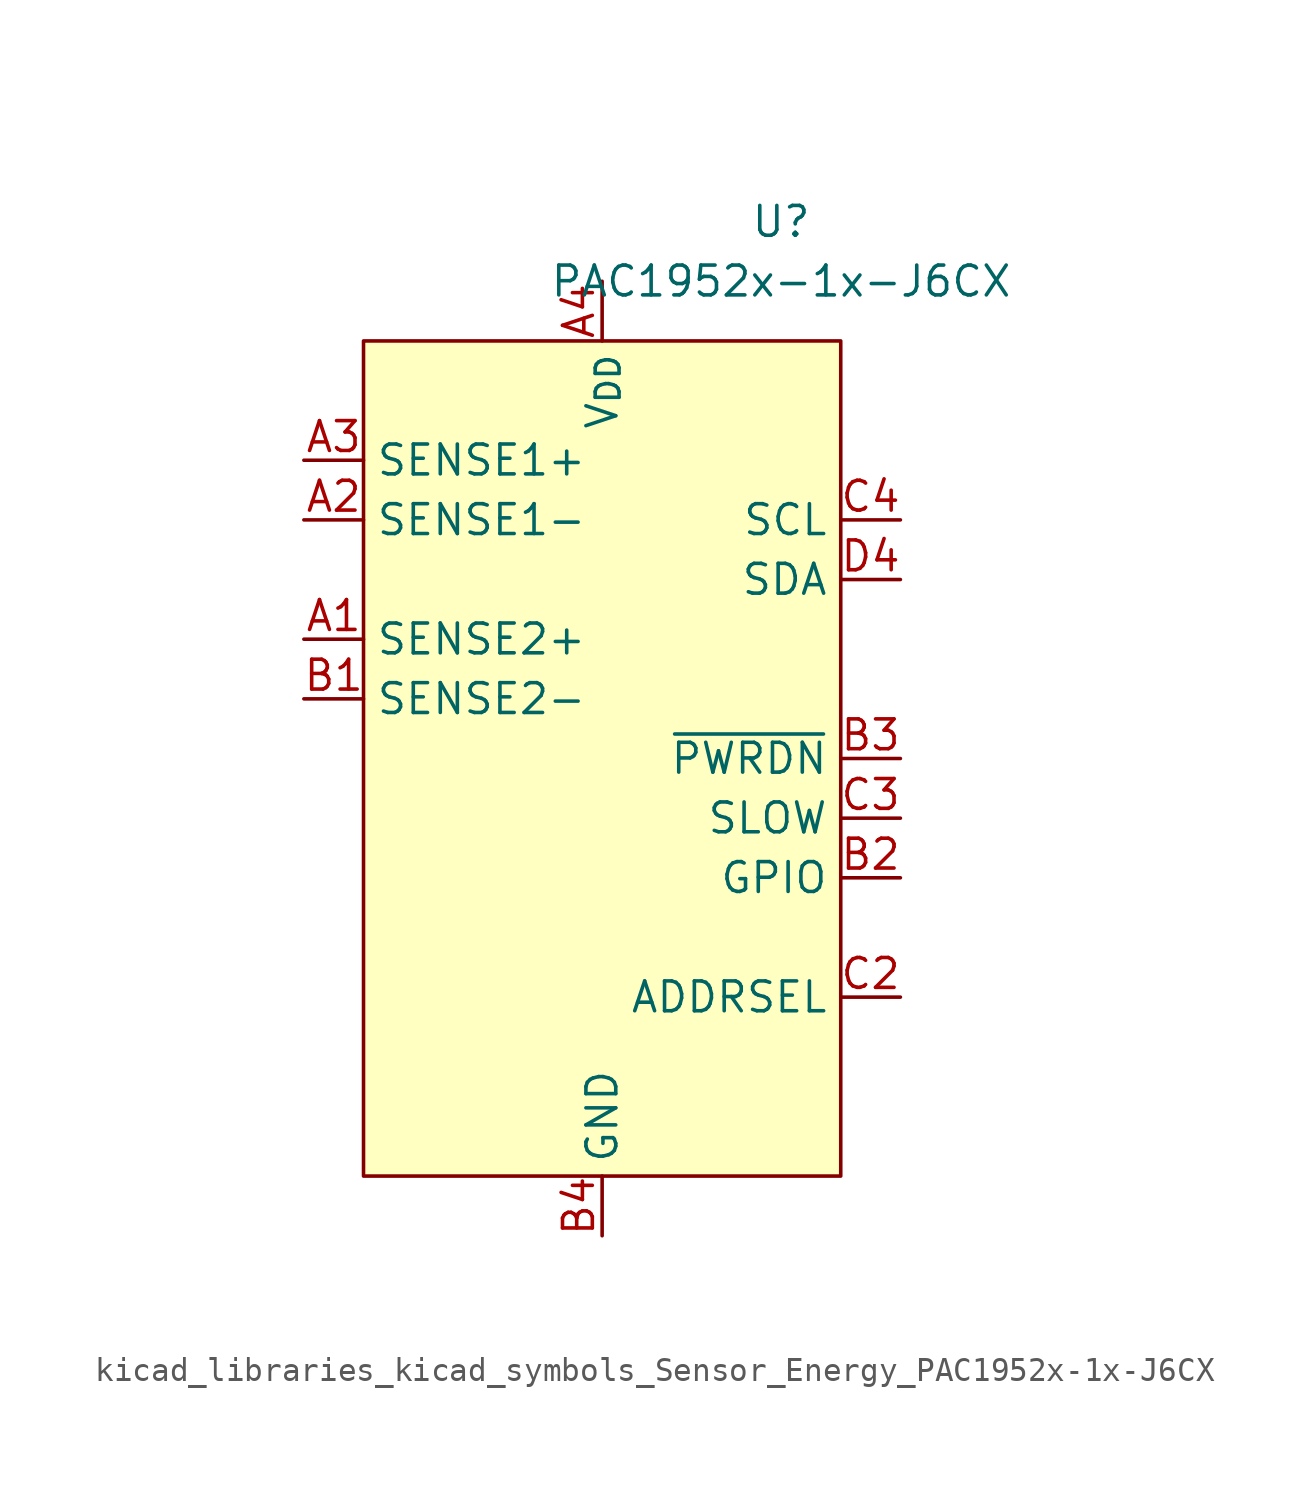
<source format=kicad_sym>
(kicad_symbol_lib
  (version 20220914)
  (generator kicad_symbol_editor)
  (symbol "kicad_libraries_kicad_symbols_Sensor_Energy_PAC1952x-1x-J6CX"
    (property "Reference" "U"
      (at 7.62 22.86 0)
      (effects (font (size 1.27 1.27))))
    (property "Value" "PAC1952x-1x-J6CX"
      (at 7.62 20.32 0)
      (effects (font (size 1.27 1.27))))
    (symbol "kicad_libraries_kicad_symbols_Sensor_Energy_PAC1952x-1x-J6CX_0_0"
      (pin input line (at -12.7 5.08 0) (length 2.54) (name "SENSE2+" (effects (font (size 1.27 1.27)))) (number "A1" (effects (font (size 1.27 1.27)))))
      (pin input line (at -12.7 10.16 0) (length 2.54) (name "SENSE1-" (effects (font (size 1.27 1.27)))) (number "A2" (effects (font (size 1.27 1.27)))))
      (pin input line (at -12.7 12.7 0) (length 2.54) (name "SENSE1+" (effects (font (size 1.27 1.27)))) (number "A3" (effects (font (size 1.27 1.27)))))
      (pin power_in line (at 0 20.32 270) (length 2.54) (name "V_{DD}" (effects (font (size 1.27 1.27)))) (number "A4" (effects (font (size 1.27 1.27)))))
      (pin input line (at -12.7 2.54 0) (length 2.54) (name "SENSE2-" (effects (font (size 1.27 1.27)))) (number "B1" (effects (font (size 1.27 1.27)))))
      (pin bidirectional line (at 12.7 -5.08 180) (length 2.54) (name "GPIO" (effects (font (size 1.27 1.27)))) (number "B2" (effects (font (size 1.27 1.27)))) (alternate "~{ALERT2}" open_collector line))
      (pin input line (at 12.7 0 180) (length 2.54) (name "~{PWRDN}" (effects (font (size 1.27 1.27)))) (number "B3" (effects (font (size 1.27 1.27)))))
      (pin power_in line (at 0 -20.32 90) (length 2.54) (name "GND" (effects (font (size 1.27 1.27)))) (number "B4" (effects (font (size 1.27 1.27)))))
      (pin passive line (at 0 -20.32 90) (length 2.54) hide (name "GND" (effects (font (size 1.27 1.27)))) (number "C1" (effects (font (size 1.27 1.27)))))
      (pin passive line (at 12.7 -10.16 180) (length 2.54) (name "ADDRSEL" (effects (font (size 1.27 1.27)))) (number "C2" (effects (font (size 1.27 1.27)))))
      (pin input line (at 12.7 -2.54 180) (length 2.54) (name "SLOW" (effects (font (size 1.27 1.27)))) (number "C3" (effects (font (size 1.27 1.27)))) (alternate "GPIO" bidirectional line) (alternate "~{ALERT1}" open_collector line))
      (pin input line (at 12.7 10.16 180) (length 2.54) (name "SCL" (effects (font (size 1.27 1.27)))) (number "C4" (effects (font (size 1.27 1.27)))) (alternate "SM_CLK" input line))
      (pin passive line (at 0 -20.32 90) (length 2.54) hide (name "GND" (effects (font (size 1.27 1.27)))) (number "D1" (effects (font (size 1.27 1.27)))))
      (pin passive line (at 0 -20.32 90) (length 2.54) hide (name "GND" (effects (font (size 1.27 1.27)))) (number "D2" (effects (font (size 1.27 1.27)))))
      (pin passive line (at 0 -20.32 90) (length 2.54) hide (name "GND" (effects (font (size 1.27 1.27)))) (number "D3" (effects (font (size 1.27 1.27)))))
      (pin bidirectional line (at 12.7 7.62 180) (length 2.54) (name "SDA" (effects (font (size 1.27 1.27)))) (number "D4" (effects (font (size 1.27 1.27)))) (alternate "SM_DATA" bidirectional line)))
    (symbol "kicad_libraries_kicad_symbols_Sensor_Energy_PAC1952x-1x-J6CX_0_1"
      (rectangle (start -10.16 17.78) (end 10.16 -17.78) (stroke (width 0) (type default)) (fill (type background))))))
</source>
